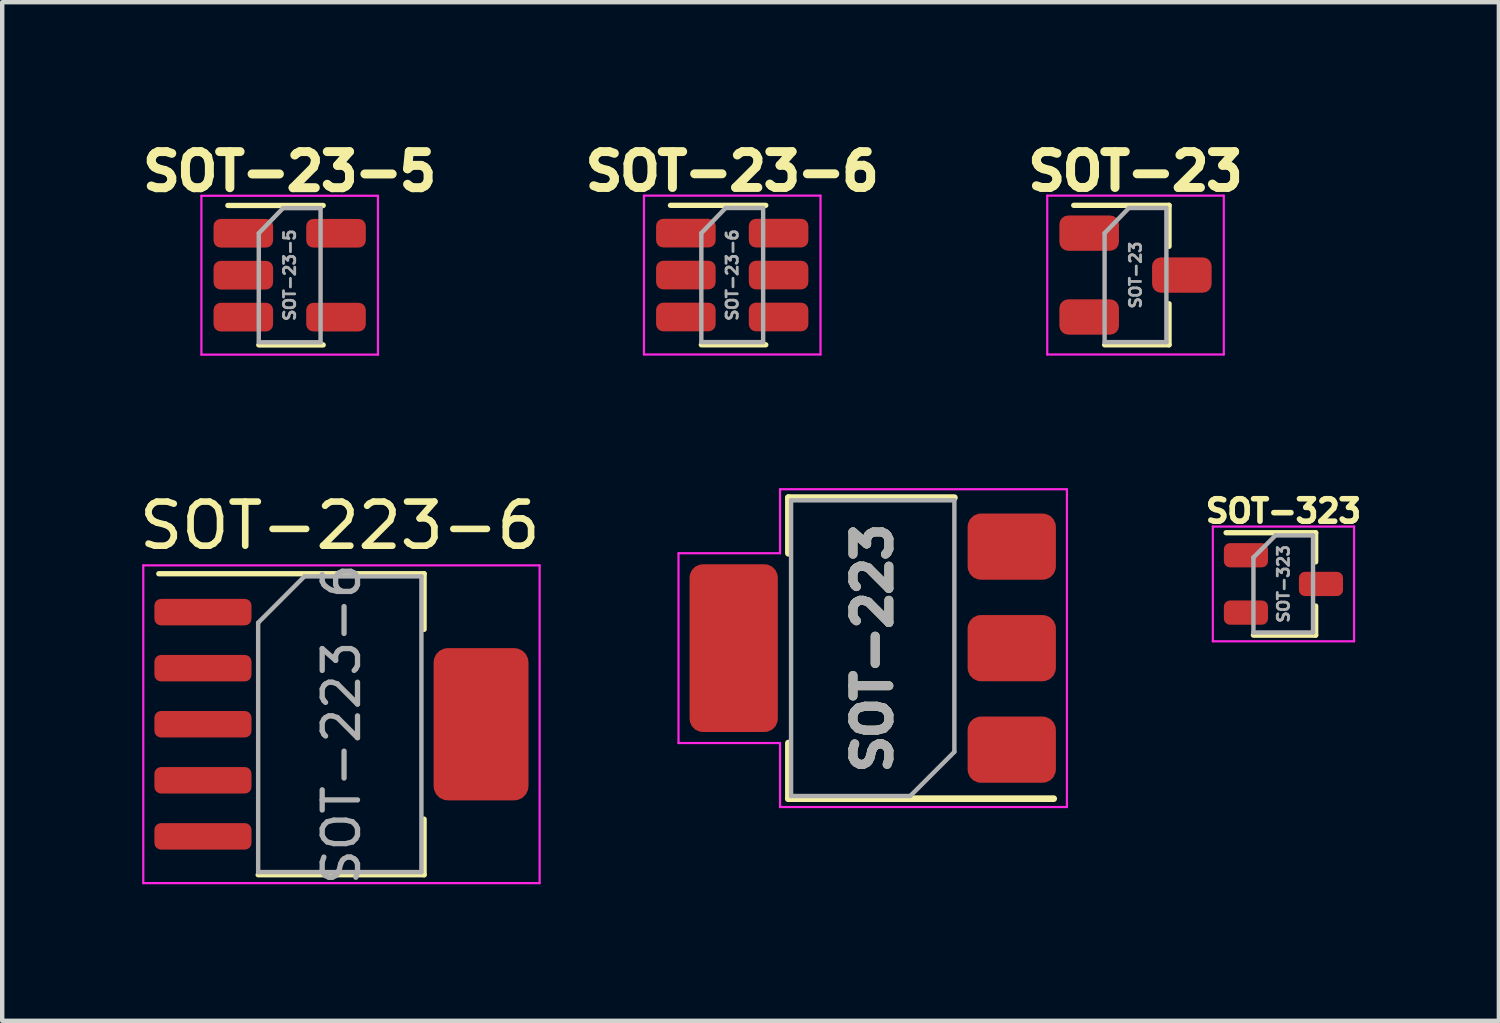
<source format=kicad_pcb>
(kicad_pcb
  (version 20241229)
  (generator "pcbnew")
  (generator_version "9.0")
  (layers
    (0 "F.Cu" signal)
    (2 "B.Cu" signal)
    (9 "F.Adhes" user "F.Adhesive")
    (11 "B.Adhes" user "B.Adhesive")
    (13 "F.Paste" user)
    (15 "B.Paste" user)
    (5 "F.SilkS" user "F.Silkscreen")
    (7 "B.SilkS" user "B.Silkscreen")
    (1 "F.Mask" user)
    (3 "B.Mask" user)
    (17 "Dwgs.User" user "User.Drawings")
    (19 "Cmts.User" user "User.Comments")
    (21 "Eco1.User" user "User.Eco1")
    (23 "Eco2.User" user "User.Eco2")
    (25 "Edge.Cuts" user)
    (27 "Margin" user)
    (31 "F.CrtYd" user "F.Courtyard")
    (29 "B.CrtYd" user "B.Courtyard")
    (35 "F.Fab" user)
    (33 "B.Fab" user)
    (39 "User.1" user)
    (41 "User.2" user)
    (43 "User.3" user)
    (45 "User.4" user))
  (footprint "SOT-23-5"
    (layer "F.Cu")
    (at 3.513 3.185)
    (property "Reference" "SOT-23-5" (at 0 0 90) (layer "F.Fab") (effects (font (size 0.254 0.254) (thickness 0.064))))
    (attr smd)
    (fp_line (start 0.76 -1.58) (end -1.4 -1.58) (stroke (width 0.12) (type solid)) (layer "F.SilkS"))
    (fp_line (start 0.76 1.58) (end -0.7 1.58) (stroke (width 0.12) (type solid)) (layer "F.SilkS"))
    (fp_line (start -2 -1.8) (end 2 -1.8) (stroke (width 0.05) (type solid)) (layer "F.CrtYd"))
    (fp_line (start -2 1.8) (end -2 -1.8) (stroke (width 0.05) (type solid)) (layer "F.CrtYd"))
    (fp_line (start 2 -1.8) (end 2 1.8) (stroke (width 0.05) (type solid)) (layer "F.CrtYd"))
    (fp_line (start 2 1.8) (end -2 1.8) (stroke (width 0.05) (type solid)) (layer "F.CrtYd"))
    (fp_line (start -0.7 -0.95) (end -0.7 1.5) (stroke (width 0.1) (type solid)) (layer "F.Fab"))
    (fp_line (start -0.7 -0.95) (end -0.15 -1.52) (stroke (width 0.1) (type solid)) (layer "F.Fab"))
    (fp_line (start -0.7 1.52) (end 0.7 1.52) (stroke (width 0.1) (type solid)) (layer "F.Fab"))
    (fp_line (start -0.15 -1.52) (end 0.7 -1.52) (stroke (width 0.1) (type solid)) (layer "F.Fab"))
    (fp_line (start 0.7 -1.52) (end 0.7 1.52) (stroke (width 0.1) (type solid)) (layer "F.Fab"))
    (fp_text user "${REFERENCE}" (at 0 -2.35 0) (layer "F.SilkS") (effects (font (size 0.818 0.813) (thickness 0.203))))
    (pad "1" smd roundrect (at -1.05 -0.95) (size 1.35 0.65) (layers "F.Cu" "F.Mask" "F.Paste") (roundrect_rratio 0.25))
    (pad "2" smd roundrect (at -1.05 0) (size 1.35 0.65) (layers "F.Cu" "F.Mask" "F.Paste") (roundrect_rratio 0.25))
    (pad "3" smd roundrect (at -1.05 0.95) (size 1.35 0.65) (layers "F.Cu" "F.Mask" "F.Paste") (roundrect_rratio 0.25))
    (pad "4" smd roundrect (at 1.05 0.95) (size 1.35 0.65) (layers "F.Cu" "F.Mask" "F.Paste") (roundrect_rratio 0.25))
    (pad "5" smd roundrect (at 1.05 -0.95) (size 1.35 0.65) (layers "F.Cu" "F.Mask" "F.Paste") (roundrect_rratio 0.25)))
  (footprint "SOT-323"
    (layer "F.Cu")
    (at 26.029 10.18)
    (property "Reference" "SOT-323" (at 0 -1.65 0) (layer "F.SilkS") (effects (font (size 0.508 0.508) (thickness 0.127))))
    (attr smd)
    (fp_line (start -0.68 1.16) (end 0.73 1.16) (stroke (width 0.12) (type solid)) (layer "F.SilkS"))
    (fp_line (start 0.73 -1.16) (end -1.3 -1.16) (stroke (width 0.12) (type solid)) (layer "F.SilkS"))
    (fp_line (start 0.73 -1.16) (end 0.73 -0.5) (stroke (width 0.12) (type solid)) (layer "F.SilkS"))
    (fp_line (start 0.73 0.5) (end 0.73 1.16) (stroke (width 0.12) (type solid)) (layer "F.SilkS"))
    (fp_line (start -1.6 -1.3) (end 1.6 -1.3) (stroke (width 0.05) (type solid)) (layer "F.CrtYd"))
    (fp_line (start -1.6 1.3) (end -1.6 -1.3) (stroke (width 0.05) (type solid)) (layer "F.CrtYd"))
    (fp_line (start 1.6 -1.3) (end 1.6 1.3) (stroke (width 0.05) (type solid)) (layer "F.CrtYd"))
    (fp_line (start 1.6 1.3) (end -1.6 1.3) (stroke (width 0.05) (type solid)) (layer "F.CrtYd"))
    (fp_line (start -0.68 -0.6) (end -0.68 1.1) (stroke (width 0.1) (type solid)) (layer "F.Fab"))
    (fp_line (start -0.18 -1.1) (end -0.68 -0.6) (stroke (width 0.1) (type solid)) (layer "F.Fab"))
    (fp_line (start 0.67 -1.1) (end -0.18 -1.1) (stroke (width 0.1) (type solid)) (layer "F.Fab"))
    (fp_line (start 0.67 -1.1) (end 0.67 1.1) (stroke (width 0.1) (type solid)) (layer "F.Fab"))
    (fp_line (start 0.67 1.1) (end -0.68 1.1) (stroke (width 0.1) (type solid)) (layer "F.Fab"))
    (fp_text user "${REFERENCE}" (at 0 0 90) (layer "F.Fab") (effects (font (size 0.254 0.254) (thickness 0.064))))
    (pad "1" smd roundrect (at -0.85 -0.65) (size 1 0.55) (layers "F.Cu" "F.Mask" "F.Paste") (roundrect_rratio 0.25))
    (pad "2" smd roundrect (at -0.85 0.65) (size 1 0.55) (layers "F.Cu" "F.Mask" "F.Paste") (roundrect_rratio 0.25))
    (pad "3" smd roundrect (at 0.85 0) (size 1 0.55) (layers "F.Cu" "F.Mask" "F.Paste") (roundrect_rratio 0.25)))
  (footprint "SOT-223"
    (layer "F.Cu")
    (at 16.723 11.635)
    (property "Reference" "SOT-223" (at 0 0 270) (layer "F.Fab") (effects (font (size 0.813 0.813) (thickness 0.203))))
    (attr smd)
    (fp_line (start -1.91 -3.41) (end -1.91 -2.15) (stroke (width 0.152) (type solid)) (layer "F.SilkS"))
    (fp_line (start -1.91 3.41) (end -1.91 2.15) (stroke (width 0.152) (type solid)) (layer "F.SilkS"))
    (fp_line (start 1.85 -3.41) (end -1.91 -3.41) (stroke (width 0.152) (type solid)) (layer "F.SilkS"))
    (fp_line (start 4.1 3.41) (end -1.91 3.41) (stroke (width 0.152) (type solid)) (layer "F.SilkS"))
    (fp_line (start -4.4 -2.15) (end -4.4 2.15) (stroke (width 0.05) (type solid)) (layer "F.CrtYd"))
    (fp_line (start -2.1 -3.6) (end -2.1 -2.15) (stroke (width 0.05) (type solid)) (layer "F.CrtYd"))
    (fp_line (start -2.1 -2.15) (end -4.4 -2.15) (stroke (width 0.05) (type solid)) (layer "F.CrtYd"))
    (fp_line (start -2.1 2.15) (end -4.4 2.15) (stroke (width 0.05) (type solid)) (layer "F.CrtYd"))
    (fp_line (start -2.1 2.15) (end -2.1 3.6) (stroke (width 0.05) (type solid)) (layer "F.CrtYd"))
    (fp_line (start -2.1 3.6) (end 4.4 3.6) (stroke (width 0.05) (type solid)) (layer "F.CrtYd"))
    (fp_line (start 4.4 -3.6) (end -2.1 -3.6) (stroke (width 0.05) (type solid)) (layer "F.CrtYd"))
    (fp_line (start 4.4 3.6) (end 4.4 -3.6) (stroke (width 0.05) (type solid)) (layer "F.CrtYd"))
    (fp_line (start -1.85 3.35) (end -1.85 -3.35) (stroke (width 0.1) (type solid)) (layer "F.Fab"))
    (fp_line (start 0.85 3.35) (end -1.85 3.35) (stroke (width 0.1) (type solid)) (layer "F.Fab"))
    (fp_line (start 1.85 -3.35) (end -1.85 -3.35) (stroke (width 0.1) (type solid)) (layer "F.Fab"))
    (fp_line (start 1.85 2.35) (end 0.85 3.35) (stroke (width 0.1) (type solid)) (layer "F.Fab"))
    (fp_line (start 1.85 2.35) (end 1.85 -3.35) (stroke (width 0.1) (type solid)) (layer "F.Fab"))
    (fp_text user "${REFERENCE}" (at 0 0 270) (layer "F.SilkS") (effects (font (size 0.813 0.813) (thickness 0.203))))
    (pad "1" smd roundrect (at 3.15 2.3 180) (size 2 1.5) (layers "F.Cu" "F.Mask" "F.Paste") (roundrect_rratio 0.2))
    (pad "2" smd roundrect (at -3.15 0 180) (size 2 3.8) (layers "F.Cu" "F.Mask" "F.Paste") (roundrect_rratio 0.15))
    (pad "2" smd roundrect (at 3.15 0 180) (size 2 1.5) (layers "F.Cu" "F.Mask" "F.Paste") (roundrect_rratio 0.2))
    (pad "3" smd roundrect (at 3.15 -2.3 180) (size 2 1.5) (layers "F.Cu" "F.Mask" "F.Paste") (roundrect_rratio 0.2)))
  (footprint "SOT-23"
    (layer "F.Cu")
    (at 22.677 3.182)
    (property "Reference" "SOT-23" (at 0 -2.35 0) (layer "F.SilkS") (effects (font (size 0.813 0.813) (thickness 0.203))))
    (attr smd)
    (fp_line (start 0.76 -1.58) (end -1.4 -1.58) (stroke (width 0.12) (type solid)) (layer "F.SilkS"))
    (fp_line (start 0.76 -1.58) (end 0.76 -0.65) (stroke (width 0.12) (type solid)) (layer "F.SilkS"))
    (fp_line (start 0.76 1.58) (end -0.7 1.58) (stroke (width 0.12) (type solid)) (layer "F.SilkS"))
    (fp_line (start 0.76 1.58) (end 0.76 0.65) (stroke (width 0.12) (type solid)) (layer "F.SilkS"))
    (fp_line (start -2 -1.8) (end 2 -1.8) (stroke (width 0.05) (type solid)) (layer "F.CrtYd"))
    (fp_line (start -2 1.8) (end -2 -1.8) (stroke (width 0.05) (type solid)) (layer "F.CrtYd"))
    (fp_line (start 2 -1.8) (end 2 1.8) (stroke (width 0.05) (type solid)) (layer "F.CrtYd"))
    (fp_line (start 2 1.8) (end -2 1.8) (stroke (width 0.05) (type solid)) (layer "F.CrtYd"))
    (fp_line (start -0.7 -0.95) (end -0.7 1.5) (stroke (width 0.1) (type solid)) (layer "F.Fab"))
    (fp_line (start -0.7 -0.95) (end -0.15 -1.52) (stroke (width 0.1) (type solid)) (layer "F.Fab"))
    (fp_line (start -0.7 1.52) (end 0.7 1.52) (stroke (width 0.1) (type solid)) (layer "F.Fab"))
    (fp_line (start -0.15 -1.52) (end 0.7 -1.52) (stroke (width 0.1) (type solid)) (layer "F.Fab"))
    (fp_line (start 0.7 -1.52) (end 0.7 1.52) (stroke (width 0.1) (type solid)) (layer "F.Fab"))
    (fp_text user "${REFERENCE}" (at 0 0 270) (layer "F.Fab") (effects (font (size 0.254 0.254) (thickness 0.064))))
    (pad "1" smd roundrect (at -1.05 -0.95) (size 1.35 0.8) (layers "F.Cu" "F.Mask" "F.Paste") (roundrect_rratio 0.25))
    (pad "2" smd roundrect (at -1.05 0.95) (size 1.35 0.8) (layers "F.Cu" "F.Mask" "F.Paste") (roundrect_rratio 0.25))
    (pad "3" smd roundrect (at 1.05 0) (size 1.35 0.8) (layers "F.Cu" "F.Mask" "F.Paste") (roundrect_rratio 0.25)))
  (footprint "SOT-223-6"
    (layer "F.Cu")
    (at 4.686 13.359)
    (property "Reference" "SOT-223-6" (at -0.037 -4.5 0) (layer "F.SilkS") (effects (font (size 1 1) (thickness 0.15))))
    (attr smd)
    (fp_line (start -4.138 -3.41) (end 1.873 -3.41) (stroke (width 0.12) (type solid)) (layer "F.SilkS"))
    (fp_line (start -1.887 3.41) (end 1.873 3.41) (stroke (width 0.12) (type solid)) (layer "F.SilkS"))
    (fp_line (start 1.873 -3.41) (end 1.873 -2.15) (stroke (width 0.12) (type solid)) (layer "F.SilkS"))
    (fp_line (start 1.873 3.41) (end 1.873 2.15) (stroke (width 0.12) (type solid)) (layer "F.SilkS"))
    (fp_line (start -4.49 -3.6) (end -4.49 3.6) (stroke (width 0.05) (type solid)) (layer "F.CrtYd"))
    (fp_line (start -4.49 -3.6) (end 4.49 -3.6) (stroke (width 0.05) (type solid)) (layer "F.CrtYd"))
    (fp_line (start 4.49 3.6) (end -4.49 3.6) (stroke (width 0.05) (type solid)) (layer "F.CrtYd"))
    (fp_line (start 4.49 3.6) (end 4.49 -3.6) (stroke (width 0.05) (type solid)) (layer "F.CrtYd"))
    (fp_line (start -1.887 -2.3) (end -1.887 3.35) (stroke (width 0.1) (type solid)) (layer "F.Fab"))
    (fp_line (start -1.887 -2.3) (end -0.838 -3.35) (stroke (width 0.1) (type solid)) (layer "F.Fab"))
    (fp_line (start -1.887 3.35) (end 1.812 3.35) (stroke (width 0.1) (type solid)) (layer "F.Fab"))
    (fp_line (start -0.838 -3.35) (end 1.812 -3.35) (stroke (width 0.1) (type solid)) (layer "F.Fab"))
    (fp_line (start 1.812 -3.35) (end 1.812 3.35) (stroke (width 0.1) (type solid)) (layer "F.Fab"))
    (fp_text user "${REFERENCE}" (at 0 0 90) (layer "F.Fab") (effects (font (size 0.8 0.8) (thickness 0.12))))
    (pad "1" smd roundrect (at -3.138 -2.54) (size 2.2 0.6) (layers "F.Cu" "F.Mask" "F.Paste") (roundrect_rratio 0.25))
    (pad "2" smd roundrect (at -3.138 -1.27) (size 2.2 0.6) (layers "F.Cu" "F.Mask" "F.Paste") (roundrect_rratio 0.25))
    (pad "3" smd roundrect (at -3.138 0) (size 2.2 0.6) (layers "F.Cu" "F.Mask" "F.Paste") (roundrect_rratio 0.25))
    (pad "4" smd roundrect (at -3.138 1.27) (size 2.2 0.6) (layers "F.Cu" "F.Mask" "F.Paste") (roundrect_rratio 0.25))
    (pad "5" smd roundrect (at -3.138 2.54) (size 2.2 0.6) (layers "F.Cu" "F.Mask" "F.Paste") (roundrect_rratio 0.25))
    (pad "6" smd roundrect (at 3.163 0) (size 2.15 3.45) (layers "F.Cu" "F.Mask" "F.Paste") (roundrect_rratio 0.15)))
  (footprint "SOT-23-6"
    (layer "F.Cu")
    (at 13.54 3.182)
    (property "Reference" "SOT-23-6" (at 0 -2.35 0) (layer "F.SilkS") (effects (font (size 0.813 0.813) (thickness 0.203))))
    (attr smd)
    (fp_line (start 0.76 -1.58) (end -1.4 -1.58) (stroke (width 0.12) (type solid)) (layer "F.SilkS"))
    (fp_line (start 0.76 1.58) (end -0.7 1.58) (stroke (width 0.12) (type solid)) (layer "F.SilkS"))
    (fp_line (start -2 -1.8) (end 2 -1.8) (stroke (width 0.05) (type solid)) (layer "F.CrtYd"))
    (fp_line (start -2 1.8) (end -2 -1.8) (stroke (width 0.05) (type solid)) (layer "F.CrtYd"))
    (fp_line (start 2 -1.8) (end 2 1.8) (stroke (width 0.05) (type solid)) (layer "F.CrtYd"))
    (fp_line (start 2 1.8) (end -2 1.8) (stroke (width 0.05) (type solid)) (layer "F.CrtYd"))
    (fp_line (start -0.7 -0.95) (end -0.7 1.5) (stroke (width 0.1) (type solid)) (layer "F.Fab"))
    (fp_line (start -0.7 -0.95) (end -0.15 -1.52) (stroke (width 0.1) (type solid)) (layer "F.Fab"))
    (fp_line (start -0.7 1.52) (end 0.7 1.52) (stroke (width 0.1) (type solid)) (layer "F.Fab"))
    (fp_line (start -0.15 -1.52) (end 0.7 -1.52) (stroke (width 0.1) (type solid)) (layer "F.Fab"))
    (fp_line (start 0.7 -1.52) (end 0.7 1.52) (stroke (width 0.1) (type solid)) (layer "F.Fab"))
    (fp_text user "${REFERENCE}" (at 0 0 90) (layer "F.Fab") (effects (font (size 0.254 0.254) (thickness 0.064))))
    (pad "1" smd roundrect (at -1.05 -0.95) (size 1.35 0.65) (layers "F.Cu" "F.Mask" "F.Paste") (roundrect_rratio 0.25))
    (pad "2" smd roundrect (at -1.05 0) (size 1.35 0.65) (layers "F.Cu" "F.Mask" "F.Paste") (roundrect_rratio 0.25))
    (pad "3" smd roundrect (at -1.05 0.95) (size 1.35 0.65) (layers "F.Cu" "F.Mask" "F.Paste") (roundrect_rratio 0.25))
    (pad "4" smd roundrect (at 1.05 0.95) (size 1.35 0.65) (layers "F.Cu" "F.Mask" "F.Paste") (roundrect_rratio 0.25))
    (pad "5" smd roundrect (at 1.05 0) (size 1.35 0.65) (layers "F.Cu" "F.Mask" "F.Paste") (roundrect_rratio 0.25))
    (pad "6" smd roundrect (at 1.05 -0.95) (size 1.35 0.65) (layers "F.Cu" "F.Mask" "F.Paste") (roundrect_rratio 0.25)))
  (gr_rect
    (start -3 -3)
    (end 30.91 20.078)
    (stroke (width 0.1) (type default))
    (fill no)
    (layer "Edge.Cuts")))
</source>
